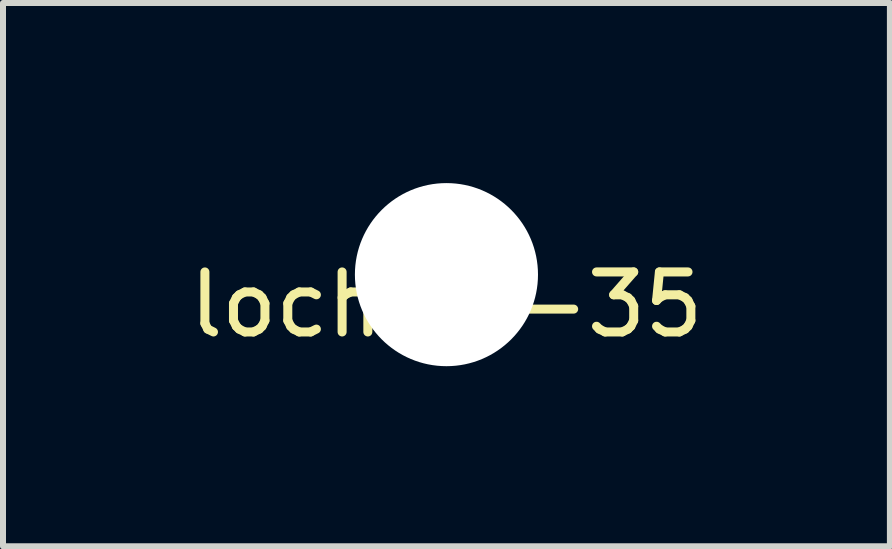
<source format=kicad_pcb>
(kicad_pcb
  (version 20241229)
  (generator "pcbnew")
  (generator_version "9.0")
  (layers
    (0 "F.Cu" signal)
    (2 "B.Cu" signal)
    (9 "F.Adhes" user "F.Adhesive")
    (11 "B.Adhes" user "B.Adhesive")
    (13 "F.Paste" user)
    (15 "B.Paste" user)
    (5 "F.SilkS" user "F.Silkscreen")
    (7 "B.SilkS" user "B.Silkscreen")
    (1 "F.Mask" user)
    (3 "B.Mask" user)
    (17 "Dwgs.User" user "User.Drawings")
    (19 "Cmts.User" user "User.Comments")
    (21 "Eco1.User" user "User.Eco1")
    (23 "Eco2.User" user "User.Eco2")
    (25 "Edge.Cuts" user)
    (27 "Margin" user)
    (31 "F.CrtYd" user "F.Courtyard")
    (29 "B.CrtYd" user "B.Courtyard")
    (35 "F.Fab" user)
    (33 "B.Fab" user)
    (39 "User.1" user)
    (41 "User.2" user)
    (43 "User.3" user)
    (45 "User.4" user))
  (footprint "loch-0-35"
    (layer "F.Cu")
    (at 4.387 1.525)
    (property "Reference" "loch-0-35" (at 0 0.5 0) (layer "F.SilkS") (effects (font (size 1 1) (thickness 0.15))))
    (attr through_hole)
    (pad "" np_thru_hole circle (at 0 0) (size 3.05 3.05) (drill 3.05) (layers "*.Cu" "*.Mask")))
  (gr_rect
    (start -3 -3)
    (end 11.774 6.05)
    (stroke (width 0.1) (type default))
    (fill no)
    (layer "Edge.Cuts")))
</source>
